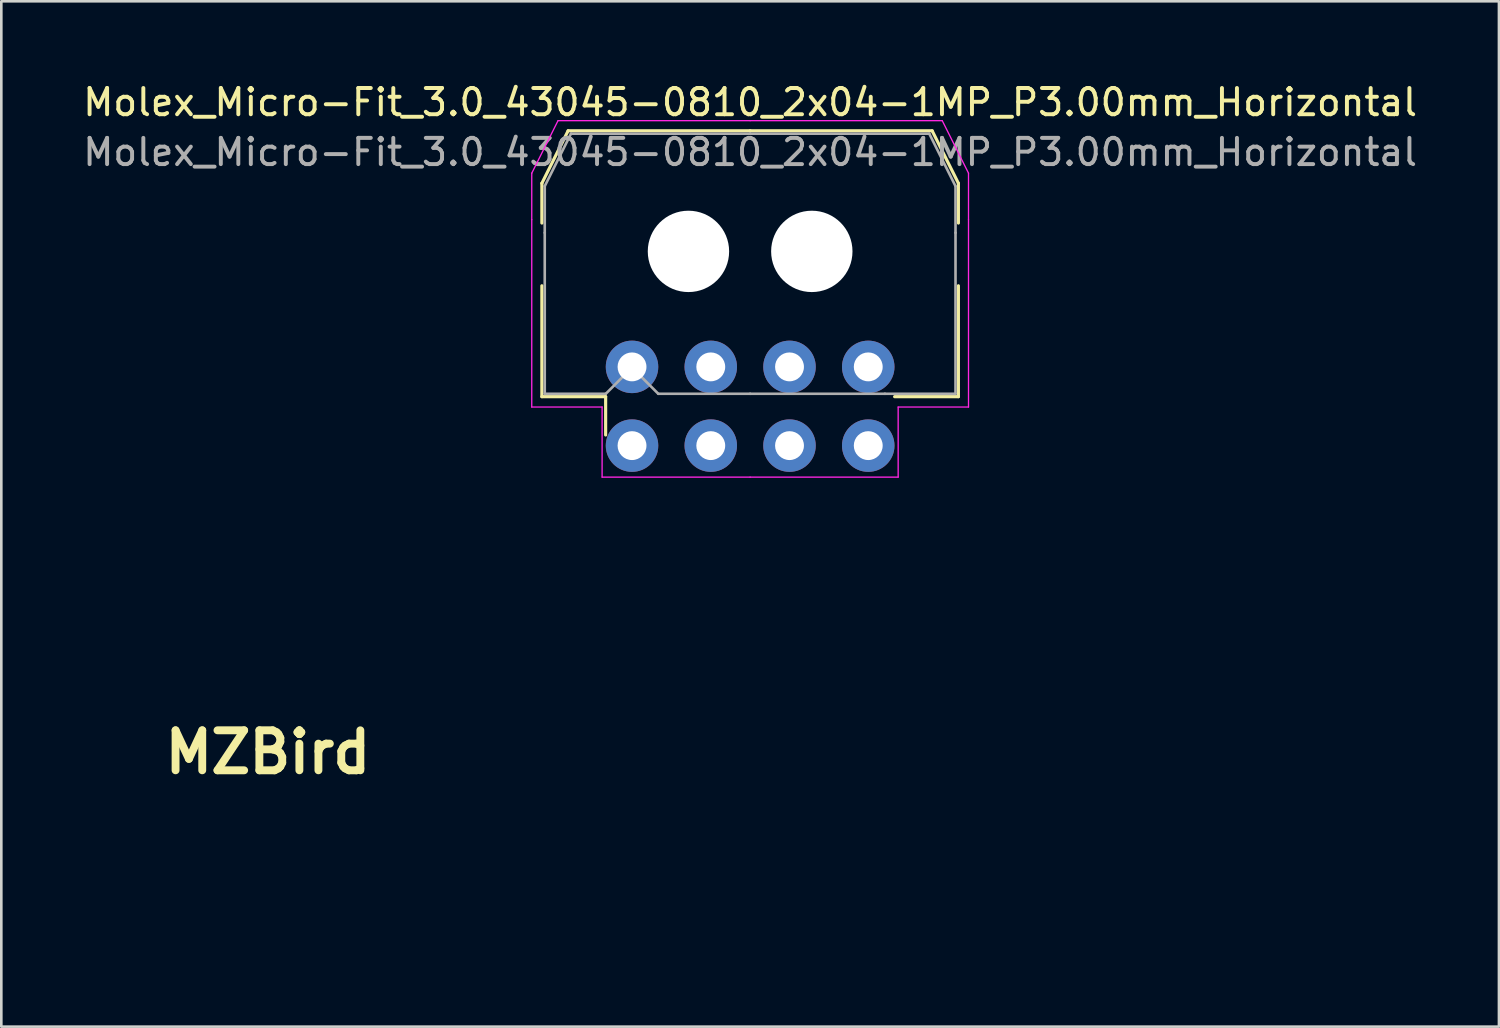
<source format=kicad_pcb>
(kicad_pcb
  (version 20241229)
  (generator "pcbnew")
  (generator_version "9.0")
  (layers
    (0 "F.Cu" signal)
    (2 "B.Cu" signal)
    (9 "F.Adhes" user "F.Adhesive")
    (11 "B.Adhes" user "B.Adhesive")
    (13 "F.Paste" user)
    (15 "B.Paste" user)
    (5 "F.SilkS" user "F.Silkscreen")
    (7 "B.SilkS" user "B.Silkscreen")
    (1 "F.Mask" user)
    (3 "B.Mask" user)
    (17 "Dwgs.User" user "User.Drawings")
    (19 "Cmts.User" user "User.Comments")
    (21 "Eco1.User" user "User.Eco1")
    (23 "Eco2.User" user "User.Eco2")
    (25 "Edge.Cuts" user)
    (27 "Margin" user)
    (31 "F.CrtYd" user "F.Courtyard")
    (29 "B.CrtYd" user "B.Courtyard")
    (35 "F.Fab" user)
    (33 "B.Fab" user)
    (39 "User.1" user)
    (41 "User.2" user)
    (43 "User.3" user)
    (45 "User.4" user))
  (footprint "Molex_Micro-Fit_3.0_43045-0810_2x04-1MP_P3.00mm_Horizontal"
    (layer "F.Cu")
    (at 25.53 12.428)
    (property "Reference" "Molex_Micro-Fit_3.0_43045-0810_2x04-1MP_P3.00mm_Horizontal" (at 0 -11.58 0) (layer "F.SilkS") (effects (font (size 1 1) (thickness 0.15))))
    (attr smd)
    (fp_line (start -7.935 -8.495) (end -7.935 -6.98) (stroke (width 0.12) (type solid)) (layer "F.SilkS"))
    (fp_line (start -7.935 -4.59) (end -7.935 -0.365) (stroke (width 0.12) (type solid)) (layer "F.SilkS"))
    (fp_line (start -7.935 -0.365) (end -5.505 -0.365) (stroke (width 0.12) (type solid)) (layer "F.SilkS"))
    (fp_line (start -6.935 -10.495) (end -7.935 -8.495) (stroke (width 0.12) (type solid)) (layer "F.SilkS"))
    (fp_line (start -5.505 -0.365) (end -5.505 1.095) (stroke (width 0.12) (type solid)) (layer "F.SilkS"))
    (fp_line (start 0 -10.495) (end -6.935 -10.495) (stroke (width 0.12) (type solid)) (layer "F.SilkS"))
    (fp_line (start 0 -10.495) (end 6.935 -10.495) (stroke (width 0.12) (type solid)) (layer "F.SilkS"))
    (fp_line (start 6.935 -10.495) (end 7.935 -8.495) (stroke (width 0.12) (type solid)) (layer "F.SilkS"))
    (fp_line (start 7.935 -8.495) (end 7.935 -6.98) (stroke (width 0.12) (type solid)) (layer "F.SilkS"))
    (fp_line (start 7.935 -4.59) (end 7.935 -0.365) (stroke (width 0.12) (type solid)) (layer "F.SilkS"))
    (fp_line (start 7.935 -0.365) (end 5.505 -0.365) (stroke (width 0.12) (type solid)) (layer "F.SilkS"))
    (fp_line (start -8.32 -8.88) (end -8.32 -7.11) (stroke (width 0.05) (type solid)) (layer "F.CrtYd"))
    (fp_line (start -8.32 -7.11) (end -8.32 0.03) (stroke (width 0.05) (type solid)) (layer "F.CrtYd"))
    (fp_line (start -8.32 0.03) (end -5.64 0.03) (stroke (width 0.05) (type solid)) (layer "F.CrtYd"))
    (fp_line (start -7.32 -10.88) (end -8.32 -8.88) (stroke (width 0.05) (type solid)) (layer "F.CrtYd"))
    (fp_line (start -5.64 0.027) (end -5.64 2.7) (stroke (width 0.05) (type solid)) (layer "F.CrtYd"))
    (fp_line (start -5.64 2.7) (end 0 2.7) (stroke (width 0.05) (type solid)) (layer "F.CrtYd"))
    (fp_line (start 0 -10.88) (end -7.32 -10.88) (stroke (width 0.05) (type solid)) (layer "F.CrtYd"))
    (fp_line (start 0 -10.88) (end 7.32 -10.88) (stroke (width 0.05) (type solid)) (layer "F.CrtYd"))
    (fp_line (start 5.64 0.03) (end 5.64 2.7) (stroke (width 0.05) (type solid)) (layer "F.CrtYd"))
    (fp_line (start 5.64 2.7) (end 0 2.7) (stroke (width 0.05) (type solid)) (layer "F.CrtYd"))
    (fp_line (start 7.32 -10.88) (end 8.32 -8.88) (stroke (width 0.05) (type solid)) (layer "F.CrtYd"))
    (fp_line (start 8.32 -8.88) (end 8.32 -7.11) (stroke (width 0.05) (type solid)) (layer "F.CrtYd"))
    (fp_line (start 8.32 -7.11) (end 8.32 0.03) (stroke (width 0.05) (type solid)) (layer "F.CrtYd"))
    (fp_line (start 8.32 0.03) (end 5.64 0.03) (stroke (width 0.05) (type solid)) (layer "F.CrtYd"))
    (fp_line (start -7.825 -8.385) (end -7.825 -6.61) (stroke (width 0.1) (type solid)) (layer "F.Fab"))
    (fp_line (start -7.825 -6.61) (end -7.825 -0.475) (stroke (width 0.1) (type solid)) (layer "F.Fab"))
    (fp_line (start -7.825 -0.475) (end -5.5 -0.475) (stroke (width 0.1) (type solid)) (layer "F.Fab"))
    (fp_line (start -6.825 -10.385) (end -7.825 -8.385) (stroke (width 0.1) (type solid)) (layer "F.Fab"))
    (fp_line (start -5.5 -0.475) (end -4.5 -1.475) (stroke (width 0.1) (type solid)) (layer "F.Fab"))
    (fp_line (start -4.5 -1.475) (end -3.5 -0.475) (stroke (width 0.1) (type solid)) (layer "F.Fab"))
    (fp_line (start -3.5 -0.475) (end 0 -0.475) (stroke (width 0.1) (type solid)) (layer "F.Fab"))
    (fp_line (start 0 -10.385) (end -6.825 -10.385) (stroke (width 0.1) (type solid)) (layer "F.Fab"))
    (fp_line (start 0 -10.385) (end 6.825 -10.385) (stroke (width 0.1) (type solid)) (layer "F.Fab"))
    (fp_line (start 5.135 -0.475) (end 0 -0.475) (stroke (width 0.1) (type solid)) (layer "F.Fab"))
    (fp_line (start 6.825 -10.385) (end 7.825 -8.385) (stroke (width 0.1) (type solid)) (layer "F.Fab"))
    (fp_line (start 7.825 -8.385) (end 7.825 -6.61) (stroke (width 0.1) (type solid)) (layer "F.Fab"))
    (fp_line (start 7.825 -6.61) (end 7.825 -0.475) (stroke (width 0.1) (type solid)) (layer "F.Fab"))
    (fp_line (start 7.825 -0.475) (end 5.135 -0.475) (stroke (width 0.1) (type solid)) (layer "F.Fab"))
    (fp_text user "${REFERENCE}" (at 0 -9.68 0) (layer "F.Fab") (effects (font (size 1 1) (thickness 0.15))))
    (pad "" np_thru_hole circle (at -2.35 -5.9) (size 3.1 3.1) (drill 3.1) (layers "*.Cu" "*.Mask"))
    (pad "" np_thru_hole circle (at 2.35 -5.9) (size 3.1 3.1) (drill 3.1) (layers "*.Cu" "*.Mask"))
    (pad "1" thru_hole circle (at -4.5 -1.5) (size 2 2) (drill 1.1) (layers "*.Cu" "*.Mask"))
    (pad "2" thru_hole circle (at -1.5 -1.5) (size 2 2) (drill 1.1) (layers "*.Cu" "*.Mask"))
    (pad "3" thru_hole circle (at 1.5 -1.5) (size 2 2) (drill 1.1) (layers "*.Cu" "*.Mask"))
    (pad "4" thru_hole circle (at 4.5 -1.5) (size 2 2) (drill 1.1) (layers "*.Cu" "*.Mask"))
    (pad "5" thru_hole circle (at -4.5 1.5) (size 2 2) (drill 1.1) (layers "*.Cu" "*.Mask"))
    (pad "6" thru_hole circle (at -1.5 1.5) (size 2 2) (drill 1.1) (layers "*.Cu" "*.Mask"))
    (pad "7" thru_hole circle (at 1.5 1.5) (size 2 2) (drill 1.1) (layers "*.Cu" "*.Mask"))
    (pad "8" thru_hole circle (at 4.5 1.5) (size 2 2) (drill 1.1) (layers "*.Cu" "*.Mask")))
  (footprint "MZBird"
    (layer "F.Cu")
    (at 7.159 25.609)
    (property "Reference" "MZBird" (at 0 0 0) (layer "F.SilkS") (effects (font (size 1.524 1.524) (thickness 0.3))))
    (attr through_hole)
    (fp_poly (pts (xy 7.197 7.451) (xy -7.154 7.451) (xy -7.154 -5.715) (xy -5.673 -5.715) (xy -5.673 5.122) (xy 5.165 5.122) (xy 5.165 -5.715) (xy -5.673 -5.715) (xy -7.154 -5.715) (xy -7.154 -7.451) (xy 7.197 -7.451) (xy 7.197 7.451)) (stroke (width 0.01) (type solid)) (fill no) (layer "Eco2.User"))
    (fp_poly (pts (xy -0.208 -5.652) (xy -0.096 -5.592) (xy 0.077 -5.498) (xy 0.304 -5.371) (xy 0.579 -5.216) (xy 0.896 -5.037) (xy 1.247 -4.837) (xy 1.627 -4.619) (xy 2.03 -4.388) (xy 2.124 -4.334) (xy 4.445 -2.995) (xy 4.445 2.403) (xy 2.123 3.742) (xy 1.716 3.976) (xy 1.33 4.197) (xy 0.971 4.401) (xy 0.646 4.585) (xy 0.36 4.746) (xy 0.121 4.879) (xy -0.065 4.981) (xy -0.192 5.048) (xy -0.254 5.078) (xy -0.258 5.079) (xy -0.304 5.058) (xy -0.417 4.998) (xy -0.591 4.903) (xy -0.819 4.777) (xy -1.094 4.622) (xy -1.411 4.442) (xy -1.762 4.242) (xy -2.143 4.024) (xy -2.545 3.793) (xy -2.635 3.741) (xy -3.858 3.035) (xy -3.414 3.035) (xy -3.358 3.035) (xy -3.258 2.983) (xy -3.128 2.888) (xy -2.98 2.761) (xy -2.847 2.63) (xy -2.732 2.516) (xy -2.642 2.438) (xy -2.59 2.407) (xy -2.582 2.414) (xy -2.611 2.466) (xy -2.69 2.562) (xy -2.808 2.688) (xy -2.953 2.832) (xy -2.963 2.842) (xy -3.108 2.983) (xy -3.228 3.104) (xy -3.31 3.191) (xy -3.344 3.235) (xy -3.344 3.236) (xy -3.317 3.246) (xy -3.241 3.205) (xy -3.127 3.119) (xy -2.987 2.997) (xy -2.83 2.849) (xy -2.765 2.783) (xy -2.634 2.65) (xy -2.525 2.543) (xy -2.452 2.474) (xy -2.427 2.455) (xy -2.427 2.486) (xy -2.48 2.576) (xy -2.583 2.721) (xy -2.733 2.915) (xy -2.752 2.939) (xy -2.857 3.075) (xy -2.934 3.183) (xy -2.972 3.247) (xy -2.973 3.26) (xy -2.926 3.23) (xy -2.84 3.152) (xy -2.731 3.043) (xy -2.616 2.919) (xy -2.509 2.796) (xy -2.426 2.691) (xy -2.415 2.675) (xy -2.342 2.58) (xy -2.306 2.554) (xy -2.306 2.592) (xy -2.344 2.686) (xy -2.411 2.818) (xy -2.493 2.98) (xy -2.525 3.074) (xy -2.51 3.099) (xy -2.451 3.052) (xy -2.351 2.932) (xy -2.31 2.878) (xy -2.196 2.723) (xy -2.124 2.63) (xy -2.086 2.591) (xy -2.075 2.599) (xy -2.083 2.647) (xy -2.09 2.678) (xy -2.1 2.768) (xy -2.072 2.787) (xy -2.01 2.737) (xy -1.928 2.63) (xy -0.268 2.63) (xy -0.235 2.646) (xy -0.158 2.656) (xy -0.026 2.663) (xy 0.17 2.666) (xy 0.415 2.667) (xy 1.13 2.667) (xy 2.089 1.206) (xy 2.295 0.891) (xy 2.486 0.599) (xy 2.657 0.336) (xy 2.803 0.111) (xy 2.919 -0.07) (xy 3.001 -0.198) (xy 3.043 -0.266) (xy 3.048 -0.276) (xy 3.008 -0.282) (xy 2.897 -0.288) (xy 2.729 -0.292) (xy 2.518 -0.295) (xy 2.339 -0.295) (xy 1.63 -0.294) (xy 0.699 1.127) (xy 0.494 1.439) (xy 0.303 1.731) (xy 0.132 1.994) (xy -0.016 2.22) (xy -0.134 2.401) (xy -0.218 2.531) (xy -0.262 2.599) (xy -0.267 2.608) (xy -0.268 2.63) (xy -1.928 2.63) (xy -1.921 2.62) (xy -1.917 2.614) (xy -1.801 2.477) (xy -1.691 2.422) (xy -1.688 2.421) (xy -1.598 2.384) (xy -1.486 2.303) (xy -1.421 2.241) (xy -1.327 2.149) (xy -1.254 2.088) (xy -1.226 2.074) (xy -1.183 2.041) (xy -1.123 1.961) (xy -1.116 1.949) (xy -1.029 1.848) (xy -0.924 1.782) (xy -0.923 1.782) (xy -0.815 1.708) (xy -0.737 1.598) (xy -0.669 1.492) (xy -0.59 1.42) (xy -0.582 1.416) (xy -0.489 1.347) (xy -0.448 1.295) (xy -0.39 1.22) (xy -0.296 1.119) (xy -0.243 1.068) (xy -0.152 0.976) (xy -0.095 0.902) (xy -0.085 0.877) (xy -0.059 0.813) (xy -0.014 0.754) (xy 0.087 0.62) (xy 0.193 0.43) (xy 0.231 0.352) (xy 0.286 0.254) (xy 0.334 0.194) (xy 0.338 0.191) (xy 0.375 0.13) (xy 0.381 0.087) (xy 0.412 -0.003) (xy 0.447 -0.045) (xy 0.494 -0.134) (xy 0.489 -0.198) (xy 0.493 -0.323) (xy 0.55 -0.456) (xy 0.638 -0.559) (xy 0.69 -0.589) (xy 0.768 -0.599) (xy 0.909 -0.601) (xy 1.094 -0.594) (xy 1.284 -0.581) (xy 1.498 -0.564) (xy 1.645 -0.556) (xy 1.743 -0.559) (xy 1.81 -0.574) (xy 1.861 -0.601) (xy 1.898 -0.629) (xy 2.023 -0.714) (xy 2.143 -0.778) (xy 2.263 -0.856) (xy 2.355 -0.952) (xy 2.435 -1.06) (xy 2.506 -1.145) (xy 2.562 -1.236) (xy 2.6 -1.352) (xy 2.614 -1.461) (xy 2.597 -1.534) (xy 2.588 -1.542) (xy 2.562 -1.599) (xy 2.568 -1.631) (xy 2.569 -1.674) (xy 2.526 -1.69) (xy 2.431 -1.678) (xy 2.274 -1.636) (xy 2.049 -1.565) (xy 1.987 -1.544) (xy 1.735 -1.464) (xy 1.509 -1.402) (xy 1.322 -1.361) (xy 1.186 -1.344) (xy 1.111 -1.351) (xy 1.101 -1.366) (xy 1.131 -1.418) (xy 1.204 -1.487) (xy 1.206 -1.489) (xy 1.281 -1.562) (xy 1.312 -1.621) (xy 1.312 -1.622) (xy 1.342 -1.677) (xy 1.418 -1.76) (xy 1.471 -1.809) (xy 1.564 -1.898) (xy 1.593 -1.954) (xy 1.575 -1.982) (xy 1.545 -2.022) (xy 1.586 -2.073) (xy 1.588 -2.075) (xy 1.657 -2.153) (xy 1.721 -2.255) (xy 1.77 -2.364) (xy 1.807 -2.483) (xy 1.836 -2.612) (xy 1.87 -2.681) (xy 1.918 -2.742) (xy 1.976 -2.83) (xy 1.985 -2.897) (xy 1.946 -2.921) (xy 1.94 -2.95) (xy 1.978 -3.022) (xy 1.994 -3.045) (xy 2.049 -3.142) (xy 2.066 -3.218) (xy 2.064 -3.227) (xy 2.069 -3.303) (xy 2.1 -3.365) (xy 2.153 -3.459) (xy 2.14 -3.504) (xy 2.074 -3.501) (xy 2.014 -3.493) (xy 1.994 -3.522) (xy 2.015 -3.602) (xy 2.053 -3.698) (xy 2.094 -3.8) (xy 2.116 -3.865) (xy 2.117 -3.872) (xy 2.088 -3.897) (xy 2.011 -3.872) (xy 1.901 -3.803) (xy 1.846 -3.76) (xy 1.754 -3.688) (xy 1.716 -3.672) (xy 1.726 -3.708) (xy 1.73 -3.714) (xy 1.78 -3.789) (xy 1.811 -3.817) (xy 1.866 -3.866) (xy 1.932 -3.956) (xy 1.99 -4.056) (xy 2.022 -4.136) (xy 2.022 -4.158) (xy 1.988 -4.16) (xy 1.92 -4.106) (xy 1.881 -4.065) (xy 1.717 -3.877) (xy 1.6 -3.745) (xy 1.52 -3.661) (xy 1.469 -3.615) (xy 1.44 -3.599) (xy 1.435 -3.598) (xy 1.44 -3.629) (xy 1.487 -3.708) (xy 1.567 -3.819) (xy 1.568 -3.821) (xy 1.682 -3.989) (xy 1.76 -4.144) (xy 1.796 -4.267) (xy 1.788 -4.332) (xy 1.76 -4.313) (xy 1.7 -4.235) (xy 1.618 -4.111) (xy 1.561 -4.016) (xy 1.416 -3.781) (xy 1.306 -3.622) (xy 1.233 -3.539) (xy 1.197 -3.53) (xy 1.206 -3.574) (xy 1.246 -3.668) (xy 1.29 -3.758) (xy 1.372 -3.937) (xy 1.42 -4.091) (xy 1.432 -4.206) (xy 1.407 -4.269) (xy 1.382 -4.276) (xy 1.321 -4.24) (xy 1.294 -4.18) (xy 1.242 -3.94) (xy 1.197 -3.767) (xy 1.152 -3.643) (xy 1.103 -3.554) (xy 1.069 -3.509) (xy 0.999 -3.433) (xy 0.954 -3.398) (xy 0.948 -3.398) (xy 0.954 -3.442) (xy 0.984 -3.541) (xy 1.017 -3.633) (xy 1.078 -3.824) (xy 1.098 -3.965) (xy 1.078 -4.047) (xy 1.039 -4.064) (xy 0.988 -4.024) (xy 0.953 -3.915) (xy 0.951 -3.905) (xy 0.9 -3.679) (xy 0.83 -3.469) (xy 0.75 -3.305) (xy 0.719 -3.26) (xy 0.635 -3.154) (xy 0.682 -3.294) (xy 0.711 -3.411) (xy 0.695 -3.456) (xy 0.637 -3.429) (xy 0.552 -3.342) (xy 0.478 -3.24) (xy 0.392 -3.1) (xy 0.306 -2.945) (xy 0.233 -2.797) (xy 0.183 -2.68) (xy 0.169 -2.622) (xy 0.148 -2.527) (xy 0.091 -2.376) (xy 0.005 -2.184) (xy -0.101 -1.967) (xy -0.219 -1.741) (xy -0.341 -1.522) (xy -0.458 -1.325) (xy -0.562 -1.167) (xy -0.645 -1.062) (xy -0.655 -1.052) (xy -0.734 -1) (xy -0.869 -0.936) (xy -1.035 -0.871) (xy -1.089 -0.853) (xy -1.261 -0.789) (xy -1.412 -0.722) (xy -1.516 -0.664) (xy -1.534 -0.65) (xy -1.628 -0.578) (xy -1.758 -0.493) (xy -1.824 -0.454) (xy -1.945 -0.379) (xy -2.038 -0.311) (xy -2.068 -0.283) (xy -2.086 -0.252) (xy -2.059 -0.243) (xy -1.974 -0.257) (xy -1.874 -0.28) (xy -1.636 -0.325) (xy -1.456 -0.333) (xy -1.315 -0.303) (xy -1.27 -0.283) (xy -1.201 -0.23) (xy -1.18 -0.158) (xy -1.211 -0.052) (xy -1.293 0.1) (xy -1.322 0.148) (xy -1.39 0.259) (xy -1.49 0.424) (xy -1.612 0.624) (xy -1.744 0.842) (xy -1.811 0.953) (xy -1.998 1.259) (xy -2.153 1.505) (xy -2.288 1.705) (xy -2.412 1.873) (xy -2.535 2.024) (xy -2.666 2.172) (xy -2.704 2.212) (xy -2.823 2.345) (xy -2.884 2.426) (xy -2.887 2.452) (xy -2.835 2.419) (xy -2.729 2.325) (xy -2.679 2.277) (xy -2.584 2.189) (xy -2.519 2.137) (xy -2.498 2.131) (xy -2.527 2.185) (xy -2.608 2.28) (xy -2.724 2.402) (xy -2.863 2.538) (xy -3.012 2.674) (xy -3.155 2.795) (xy -3.165 2.803) (xy -3.287 2.904) (xy -3.374 2.984) (xy -3.414 3.03) (xy -3.414 3.035) (xy -3.858 3.035) (xy -4.953 2.403) (xy -4.953 -0.317) (xy -3.556 -0.317) (xy -3.516 -0.31) (xy -3.405 -0.305) (xy -3.237 -0.3) (xy -3.026 -0.298) (xy -2.847 -0.298) (xy -2.138 -0.299) (xy -1.206 -1.72) (xy -1.002 -2.032) (xy -0.811 -2.323) (xy -0.64 -2.586) (xy -0.492 -2.812) (xy -0.374 -2.994) (xy -0.29 -3.123) (xy -0.246 -3.192) (xy -0.241 -3.2) (xy -0.24 -3.222) (xy -0.273 -3.238) (xy -0.35 -3.249) (xy -0.482 -3.256) (xy -0.678 -3.259) (xy -0.923 -3.26) (xy -1.638 -3.26) (xy -2.597 -1.799) (xy -2.803 -1.484) (xy -2.994 -1.192) (xy -3.165 -0.929) (xy -3.311 -0.704) (xy -3.427 -0.523) (xy -3.509 -0.395) (xy -3.551 -0.326) (xy -3.556 -0.317) (xy -4.953 -0.317) (xy -4.953 -2.995) (xy -2.632 -4.334) (xy -2.225 -4.568) (xy -1.839 -4.789) (xy -1.48 -4.993) (xy -1.155 -5.178) (xy -0.87 -5.338) (xy -0.632 -5.472) (xy -0.446 -5.574) (xy -0.319 -5.642) (xy -0.258 -5.672) (xy -0.254 -5.673) (xy -0.208 -5.652)) (stroke (width 0.01) (type solid)) (fill no) (layer "Eco2.User")))
  (gr_rect
    (start -3 -3)
    (end 54.06 36.065)
    (stroke (width 0.1) (type default))
    (fill no)
    (layer "Edge.Cuts")))
</source>
